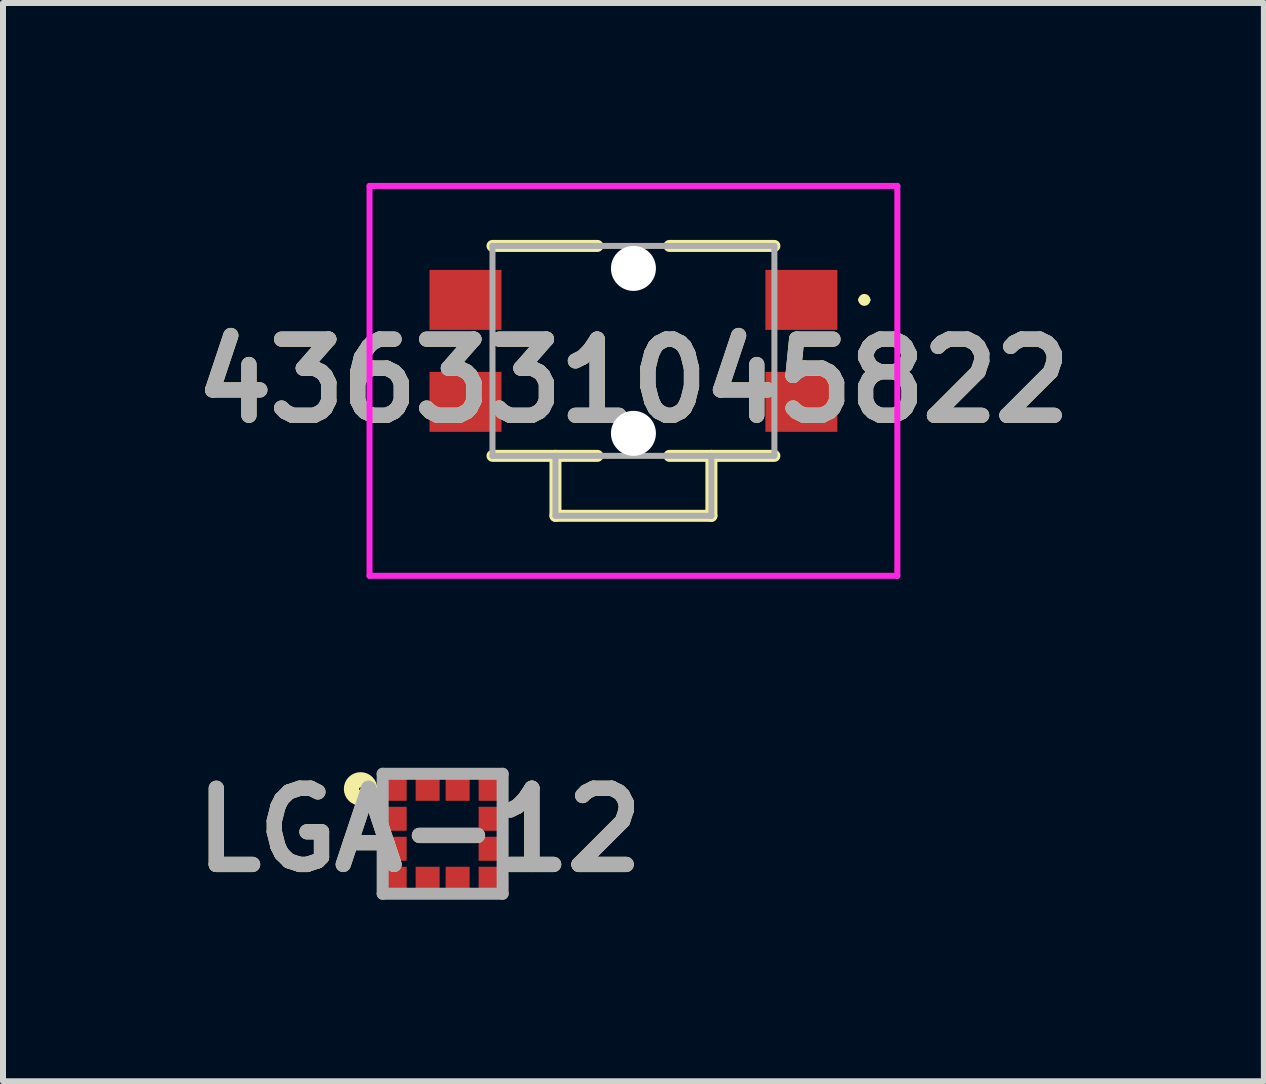
<source format=kicad_pcb>
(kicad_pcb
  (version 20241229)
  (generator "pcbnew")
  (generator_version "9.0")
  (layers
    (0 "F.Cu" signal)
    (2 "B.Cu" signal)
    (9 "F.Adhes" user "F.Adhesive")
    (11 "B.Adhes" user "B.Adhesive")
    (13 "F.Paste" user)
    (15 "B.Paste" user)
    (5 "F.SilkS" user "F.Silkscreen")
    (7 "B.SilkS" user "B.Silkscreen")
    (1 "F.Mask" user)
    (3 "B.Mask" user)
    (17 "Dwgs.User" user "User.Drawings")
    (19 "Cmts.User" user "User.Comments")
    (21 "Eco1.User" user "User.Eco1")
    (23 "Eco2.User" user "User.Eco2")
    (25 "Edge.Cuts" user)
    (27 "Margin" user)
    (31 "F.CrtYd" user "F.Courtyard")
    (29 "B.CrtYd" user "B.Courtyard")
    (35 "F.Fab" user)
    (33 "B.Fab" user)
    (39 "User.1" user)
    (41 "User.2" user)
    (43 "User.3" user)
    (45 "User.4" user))
  (footprint "LGA-12"
    (layer "F.Cu")
    (at 4.33 10.851)
    (property "Reference" "LGA-12" (at -0.387 -0.063 0) (layer "F.SilkS") (effects (font (size 1.27 1.27) (thickness 0.254))))
    (attr smd)
    (fp_circle (center -1.368 -0.748) (end -1.368 -0.723) (stroke (width 0.254) (type solid)) (fill no) (layer "F.SilkS"))
    (fp_line (start -1 -1) (end 1 -1) (stroke (width 0.2) (type solid)) (layer "F.Fab"))
    (fp_line (start -1 1) (end -1 -1) (stroke (width 0.2) (type solid)) (layer "F.Fab"))
    (fp_line (start 1 -1) (end 1 1) (stroke (width 0.2) (type solid)) (layer "F.Fab"))
    (fp_line (start 1 1) (end -1 1) (stroke (width 0.2) (type solid)) (layer "F.Fab"))
    (fp_text user "${REFERENCE}" (at -0.387 -0.063 0) (layer "F.Fab") (effects (font (size 1.27 1.27) (thickness 0.254))))
    (pad "1" smd rect (at -0.8 -0.75 90) (size 0.4 0.4) (layers "F.Cu" "F.Mask" "F.Paste"))
    (pad "2" smd rect (at -0.8 -0.25 90) (size 0.4 0.4) (layers "F.Cu" "F.Mask" "F.Paste"))
    (pad "3" smd rect (at -0.8 0.25 90) (size 0.4 0.4) (layers "F.Cu" "F.Mask" "F.Paste"))
    (pad "4" smd rect (at -0.8 0.75 90) (size 0.4 0.4) (layers "F.Cu" "F.Mask" "F.Paste"))
    (pad "5" smd rect (at -0.25 0.75 90) (size 0.4 0.4) (layers "F.Cu" "F.Mask" "F.Paste"))
    (pad "6" smd rect (at 0.25 0.75 90) (size 0.4 0.4) (layers "F.Cu" "F.Mask" "F.Paste"))
    (pad "7" smd rect (at 0.8 0.75 90) (size 0.4 0.4) (layers "F.Cu" "F.Mask" "F.Paste"))
    (pad "8" smd rect (at 0.8 0.25 90) (size 0.4 0.4) (layers "F.Cu" "F.Mask" "F.Paste"))
    (pad "9" smd rect (at 0.8 -0.25 90) (size 0.4 0.4) (layers "F.Cu" "F.Mask" "F.Paste"))
    (pad "10" smd rect (at 0.8 -0.75 90) (size 0.4 0.4) (layers "F.Cu" "F.Mask" "F.Paste"))
    (pad "11" smd rect (at 0.25 -0.75 90) (size 0.4 0.4) (layers "F.Cu" "F.Mask" "F.Paste"))
    (pad "12" smd rect (at -0.25 -0.75 90) (size 0.4 0.4) (layers "F.Cu" "F.Mask" "F.Paste")))
  (footprint "436331045822"
    (layer "F.Cu")
    (at 7.511 3.3)
    (property "Reference" "436331045822" (at 0 0 0) (layer "F.SilkS") (effects (font (size 1.27 1.27) (thickness 0.254))))
    (attr through_hole)
    (fp_line (start -2.35 -2.25) (end -0.6 -2.25) (stroke (width 0.2) (type solid)) (layer "F.SilkS"))
    (fp_line (start -2.35 1.25) (end -0.6 1.25) (stroke (width 0.2) (type solid)) (layer "F.SilkS"))
    (fp_line (start -1.3 1.25) (end -1.3 2.25) (stroke (width 0.2) (type solid)) (layer "F.SilkS"))
    (fp_line (start -1.3 2.25) (end 1.3 2.25) (stroke (width 0.2) (type solid)) (layer "F.SilkS"))
    (fp_line (start 0.6 -2.25) (end 2.35 -2.25) (stroke (width 0.2) (type solid)) (layer "F.SilkS"))
    (fp_line (start 0.6 1.25) (end 2.35 1.25) (stroke (width 0.2) (type solid)) (layer "F.SilkS"))
    (fp_line (start 1.3 2.25) (end 1.3 1.25) (stroke (width 0.2) (type solid)) (layer "F.SilkS"))
    (fp_line (start 3.8 -1.35) (end 3.8 -1.35) (stroke (width 0.1) (type solid)) (layer "F.SilkS"))
    (fp_line (start 3.9 -1.35) (end 3.9 -1.35) (stroke (width 0.1) (type solid)) (layer "F.SilkS"))
    (fp_arc (start 3.8 -1.35) (mid 3.85 -1.4) (end 3.9 -1.35) (stroke (width 0.1) (type solid)) (layer "F.SilkS"))
    (fp_arc (start 3.9 -1.35) (mid 3.85 -1.3) (end 3.8 -1.35) (stroke (width 0.1) (type solid)) (layer "F.SilkS"))
    (fp_line (start -4.4 -3.25) (end 4.4 -3.25) (stroke (width 0.1) (type solid)) (layer "F.CrtYd"))
    (fp_line (start -4.4 3.25) (end -4.4 -3.25) (stroke (width 0.1) (type solid)) (layer "F.CrtYd"))
    (fp_line (start 4.4 -3.25) (end 4.4 3.25) (stroke (width 0.1) (type solid)) (layer "F.CrtYd"))
    (fp_line (start 4.4 3.25) (end -4.4 3.25) (stroke (width 0.1) (type solid)) (layer "F.CrtYd"))
    (fp_line (start -2.35 -2.25) (end 2.35 -2.25) (stroke (width 0.1) (type solid)) (layer "F.Fab"))
    (fp_line (start -2.35 1.25) (end -2.35 -2.25) (stroke (width 0.1) (type solid)) (layer "F.Fab"))
    (fp_line (start -1.3 1.25) (end -1.3 2.25) (stroke (width 0.1) (type solid)) (layer "F.Fab"))
    (fp_line (start -1.3 2.25) (end 1.3 2.25) (stroke (width 0.1) (type solid)) (layer "F.Fab"))
    (fp_line (start 1.3 2.25) (end 1.3 1.25) (stroke (width 0.1) (type solid)) (layer "F.Fab"))
    (fp_line (start 2.35 -2.25) (end 2.35 1.25) (stroke (width 0.1) (type solid)) (layer "F.Fab"))
    (fp_line (start 2.35 1.25) (end -2.35 1.25) (stroke (width 0.1) (type solid)) (layer "F.Fab"))
    (fp_text user "${REFERENCE}" (at 0 0 0) (layer "F.Fab") (effects (font (size 1.27 1.27) (thickness 0.254))))
    (pad "" np_thru_hole circle (at 0 -1.875) (size 0.75 0.75) (drill 0.75) (layers "*.Cu" "*.Mask"))
    (pad "" np_thru_hole circle (at 0 0.875) (size 0.75 0.75) (drill 0.75) (layers "*.Cu" "*.Mask"))
    (pad "1" smd rect (at -2.8 -1.35 90) (size 1 1.2) (layers "F.Cu" "F.Mask" "F.Paste"))
    (pad "1" smd rect (at 2.8 -1.35 90) (size 1 1.2) (layers "F.Cu" "F.Mask" "F.Paste"))
    (pad "2" smd rect (at -2.8 0.35 90) (size 1 1.2) (layers "F.Cu" "F.Mask" "F.Paste"))
    (pad "2" smd rect (at 2.8 0.35 90) (size 1 1.2) (layers "F.Cu" "F.Mask" "F.Paste")))
  (gr_rect
    (start -3 -3)
    (end 18.022 14.977)
    (stroke (width 0.1) (type default))
    (fill no)
    (layer "Edge.Cuts")))
</source>
